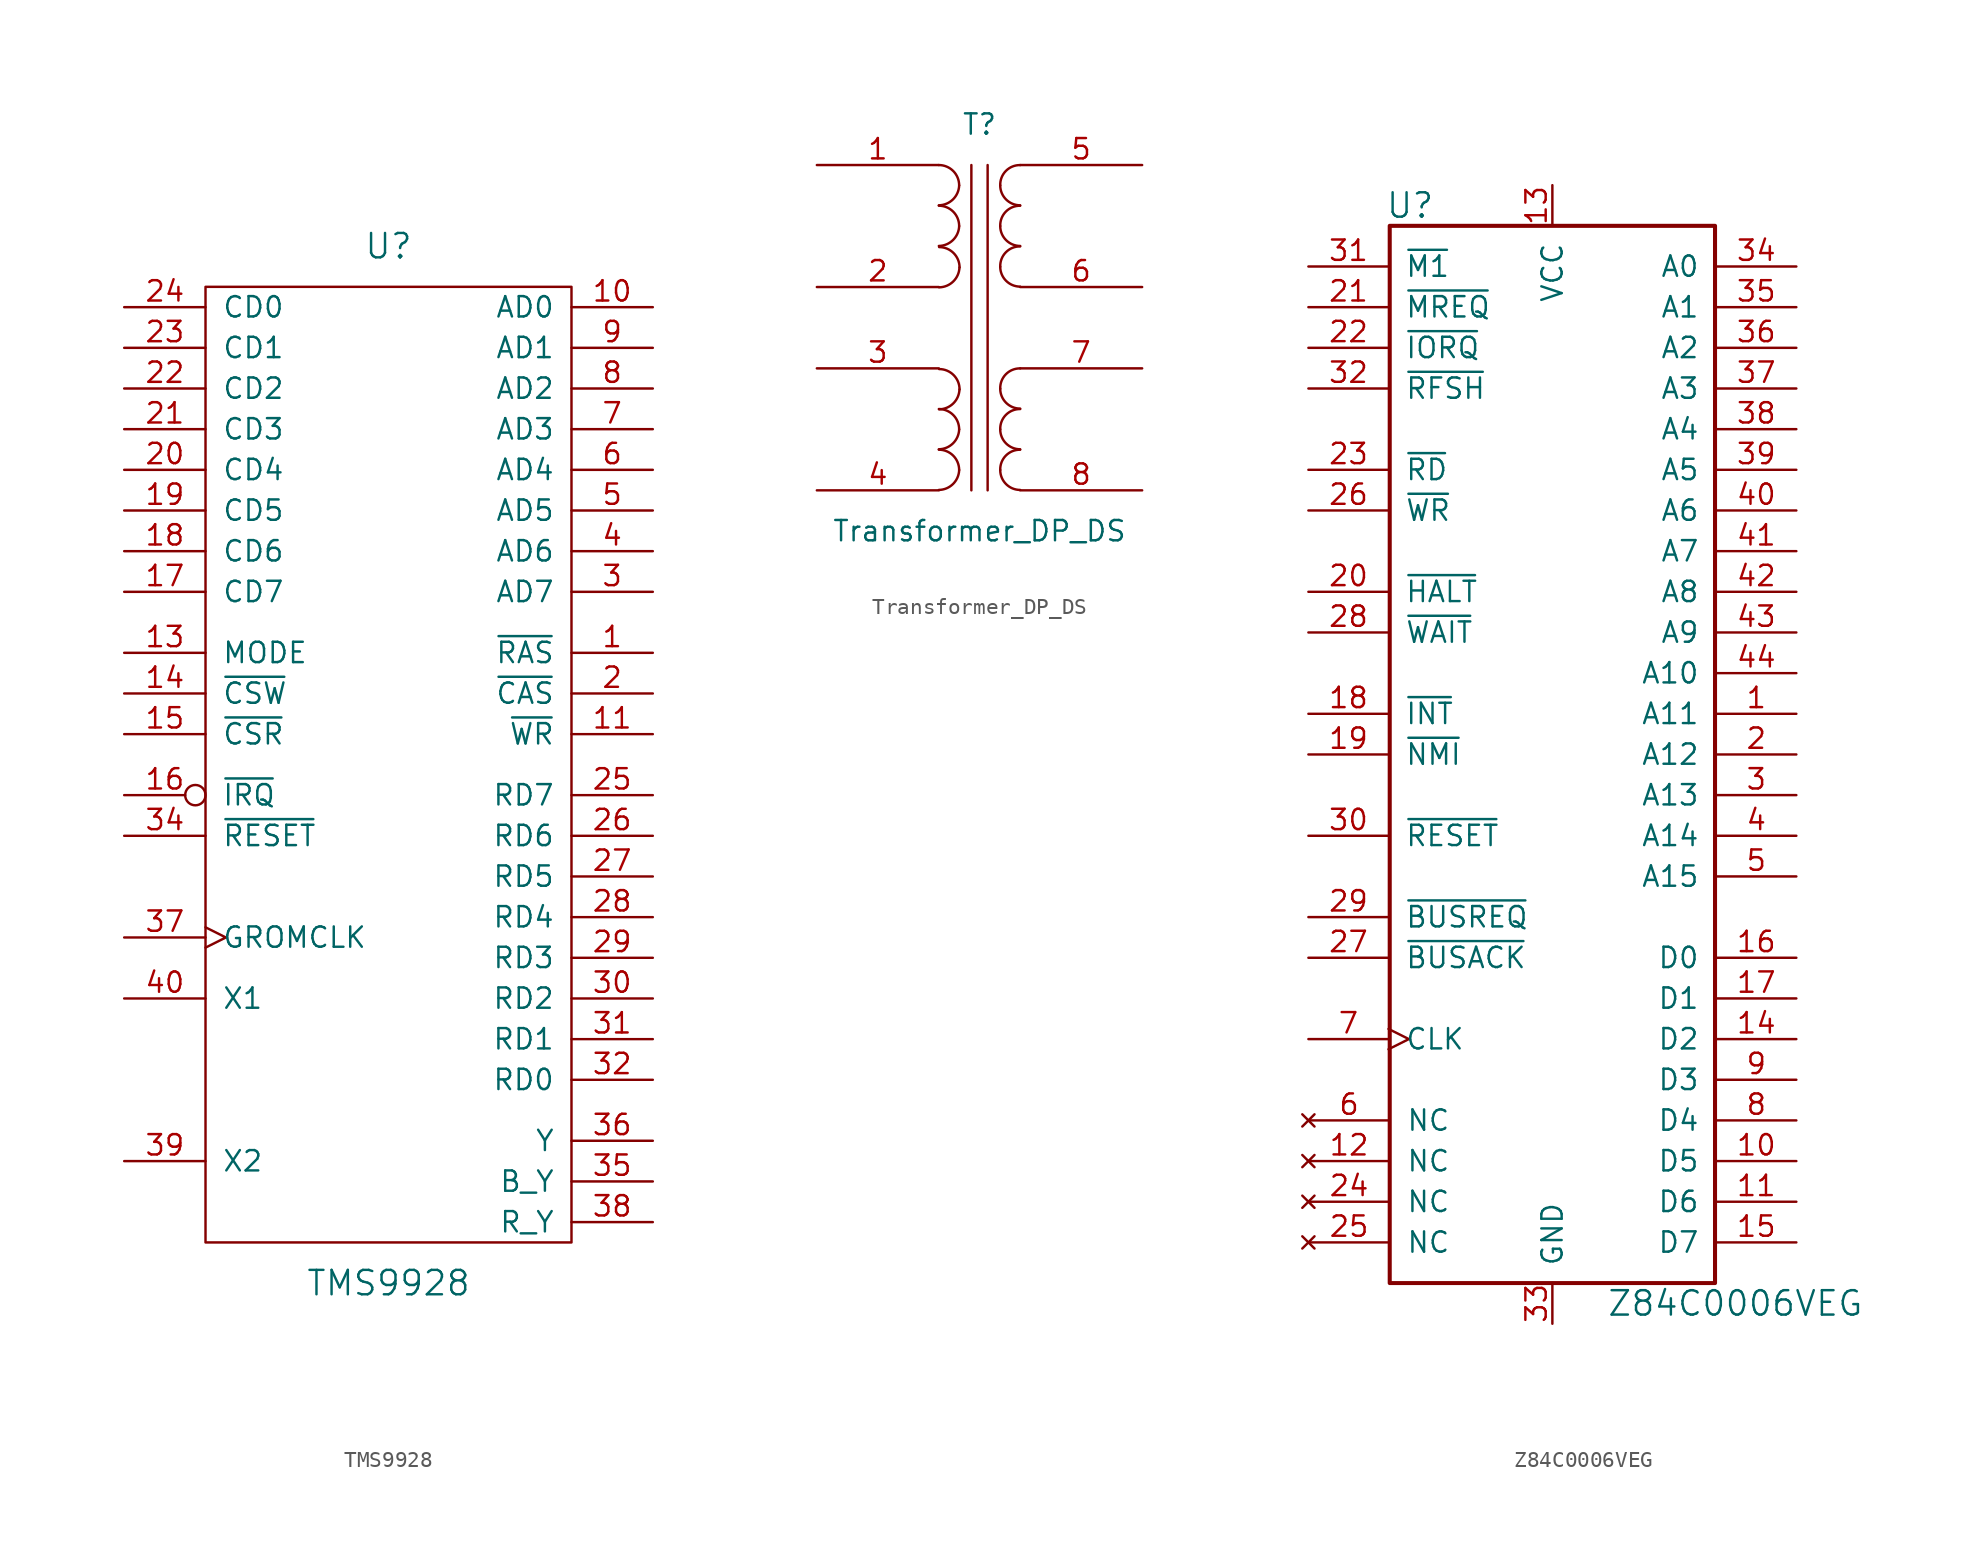
<source format=kicad_sym>
(kicad_symbol_lib
  (version 20211014)
  (generator kicad_symbol_editor)
  (symbol "TMS9928"
    (pin_names
      (offset 1.016))
    (property "Reference" "U"
      (at 0 35.56 0)
      (effects (font (size 1.524 1.524))))
    (property "Value" "TMS9928"
      (at 0 -29.21 0)
      (effects (font (size 1.524 1.524))))
    (symbol "TMS9928_0_1"
      (rectangle (start -11.43 33.02) (end 11.43 -26.67) (stroke (width 0) (type default) (color 0 0 0 0)) (fill (type none))))
    (symbol "TMS9928_1_1"
      (pin output line (at 16.51 10.16 180) (length 5.08) (name "~{RAS}" (effects (font (size 1.27 1.27)))) (number "1" (effects (font (size 1.27 1.27)))))
      (pin output line (at 16.51 31.75 180) (length 5.08) (name "AD0" (effects (font (size 1.27 1.27)))) (number "10" (effects (font (size 1.27 1.27)))))
      (pin output line (at 16.51 5.08 180) (length 5.08) (name "~{WR}" (effects (font (size 1.27 1.27)))) (number "11" (effects (font (size 1.27 1.27)))))
      (pin power_in line (at 0 -31.75 90) (length 5.08) hide (name "GND" (effects (font (size 1.27 1.27)))) (number "12" (effects (font (size 1.27 1.27)))))
      (pin input line (at -16.51 10.16 0) (length 5.08) (name "MODE" (effects (font (size 1.27 1.27)))) (number "13" (effects (font (size 1.27 1.27)))))
      (pin input line (at -16.51 7.62 0) (length 5.08) (name "~{CSW}" (effects (font (size 1.27 1.27)))) (number "14" (effects (font (size 1.27 1.27)))))
      (pin input line (at -16.51 5.08 0) (length 5.08) (name "~{CSR}" (effects (font (size 1.27 1.27)))) (number "15" (effects (font (size 1.27 1.27)))))
      (pin output inverted (at -16.51 1.27 0) (length 5.08) (name "~{IRQ}" (effects (font (size 1.27 1.27)))) (number "16" (effects (font (size 1.27 1.27)))))
      (pin input line (at -16.51 13.97 0) (length 5.08) (name "CD7" (effects (font (size 1.27 1.27)))) (number "17" (effects (font (size 1.27 1.27)))))
      (pin input line (at -16.51 16.51 0) (length 5.08) (name "CD6" (effects (font (size 1.27 1.27)))) (number "18" (effects (font (size 1.27 1.27)))))
      (pin input line (at -16.51 19.05 0) (length 5.08) (name "CD5" (effects (font (size 1.27 1.27)))) (number "19" (effects (font (size 1.27 1.27)))))
      (pin output line (at 16.51 7.62 180) (length 5.08) (name "~{CAS}" (effects (font (size 1.27 1.27)))) (number "2" (effects (font (size 1.27 1.27)))))
      (pin input line (at -16.51 21.59 0) (length 5.08) (name "CD4" (effects (font (size 1.27 1.27)))) (number "20" (effects (font (size 1.27 1.27)))))
      (pin input line (at -16.51 24.13 0) (length 5.08) (name "CD3" (effects (font (size 1.27 1.27)))) (number "21" (effects (font (size 1.27 1.27)))))
      (pin input line (at -16.51 26.67 0) (length 5.08) (name "CD2" (effects (font (size 1.27 1.27)))) (number "22" (effects (font (size 1.27 1.27)))))
      (pin input line (at -16.51 29.21 0) (length 5.08) (name "CD1" (effects (font (size 1.27 1.27)))) (number "23" (effects (font (size 1.27 1.27)))))
      (pin input line (at -16.51 31.75 0) (length 5.08) (name "CD0" (effects (font (size 1.27 1.27)))) (number "24" (effects (font (size 1.27 1.27)))))
      (pin input line (at 16.51 1.27 180) (length 5.08) (name "RD7" (effects (font (size 1.27 1.27)))) (number "25" (effects (font (size 1.27 1.27)))))
      (pin input line (at 16.51 -1.27 180) (length 5.08) (name "RD6" (effects (font (size 1.27 1.27)))) (number "26" (effects (font (size 1.27 1.27)))))
      (pin input line (at 16.51 -3.81 180) (length 5.08) (name "RD5" (effects (font (size 1.27 1.27)))) (number "27" (effects (font (size 1.27 1.27)))))
      (pin input line (at 16.51 -6.35 180) (length 5.08) (name "RD4" (effects (font (size 1.27 1.27)))) (number "28" (effects (font (size 1.27 1.27)))))
      (pin input line (at 16.51 -8.89 180) (length 5.08) (name "RD3" (effects (font (size 1.27 1.27)))) (number "29" (effects (font (size 1.27 1.27)))))
      (pin output line (at 16.51 13.97 180) (length 5.08) (name "AD7" (effects (font (size 1.27 1.27)))) (number "3" (effects (font (size 1.27 1.27)))))
      (pin input line (at 16.51 -11.43 180) (length 5.08) (name "RD2" (effects (font (size 1.27 1.27)))) (number "30" (effects (font (size 1.27 1.27)))))
      (pin input line (at 16.51 -13.97 180) (length 5.08) (name "RD1" (effects (font (size 1.27 1.27)))) (number "31" (effects (font (size 1.27 1.27)))))
      (pin input line (at 16.51 -16.51 180) (length 5.08) (name "RD0" (effects (font (size 1.27 1.27)))) (number "32" (effects (font (size 1.27 1.27)))))
      (pin power_in line (at 0 39.37 270) (length 5.08) hide (name "VCC" (effects (font (size 1.27 1.27)))) (number "33" (effects (font (size 1.27 1.27)))))
      (pin input line (at -16.51 -1.27 0) (length 5.08) (name "~{RESET}" (effects (font (size 1.27 1.27)))) (number "34" (effects (font (size 1.27 1.27)))))
      (pin output line (at 16.51 -22.86 180) (length 5.08) (name "B_Y" (effects (font (size 1.27 1.27)))) (number "35" (effects (font (size 1.27 1.27)))))
      (pin output line (at 16.51 -20.32 180) (length 5.08) (name "Y" (effects (font (size 1.27 1.27)))) (number "36" (effects (font (size 1.27 1.27)))))
      (pin output clock (at -16.51 -7.62 0) (length 5.08) (name "GROMCLK" (effects (font (size 1.27 1.27)))) (number "37" (effects (font (size 1.27 1.27)))))
      (pin output line (at 16.51 -25.4 180) (length 5.08) (name "R_Y" (effects (font (size 1.27 1.27)))) (number "38" (effects (font (size 1.27 1.27)))))
      (pin input line (at -16.51 -21.59 0) (length 5.08) (name "X2" (effects (font (size 1.27 1.27)))) (number "39" (effects (font (size 1.27 1.27)))))
      (pin output line (at 16.51 16.51 180) (length 5.08) (name "AD6" (effects (font (size 1.27 1.27)))) (number "4" (effects (font (size 1.27 1.27)))))
      (pin input line (at -16.51 -11.43 0) (length 5.08) (name "X1" (effects (font (size 1.27 1.27)))) (number "40" (effects (font (size 1.27 1.27)))))
      (pin output line (at 16.51 19.05 180) (length 5.08) (name "AD5" (effects (font (size 1.27 1.27)))) (number "5" (effects (font (size 1.27 1.27)))))
      (pin output line (at 16.51 21.59 180) (length 5.08) (name "AD4" (effects (font (size 1.27 1.27)))) (number "6" (effects (font (size 1.27 1.27)))))
      (pin output line (at 16.51 24.13 180) (length 5.08) (name "AD3" (effects (font (size 1.27 1.27)))) (number "7" (effects (font (size 1.27 1.27)))))
      (pin output line (at 16.51 26.67 180) (length 5.08) (name "AD2" (effects (font (size 1.27 1.27)))) (number "8" (effects (font (size 1.27 1.27)))))
      (pin output line (at 16.51 29.21 180) (length 5.08) (name "AD1" (effects (font (size 1.27 1.27)))) (number "9" (effects (font (size 1.27 1.27)))))))
  (symbol "Transformer_DP_DS"
    (pin_names
      (offset 1.016) hide)
    (property "Reference" "T"
      (at 0 12.7 0)
      (effects (font (size 1.27 1.27))))
    (property "Value" "Transformer_DP_DS"
      (at 0 -12.7 0)
      (effects (font (size 1.27 1.27))))
    (symbol "Transformer_DP_DS_0_1"
      (arc (start -2.54 -10.1346) (mid -1.6561 -9.7663) (end -1.27 -8.89) (stroke (width 0) (type default) (color 0 0 0 0)) (fill (type none)))
      (arc (start -2.54 -7.5946) (mid -1.6561 -7.2263) (end -1.27 -6.35) (stroke (width 0) (type default) (color 0 0 0 0)) (fill (type none)))
      (arc (start -2.54 5.1054) (mid -1.6561 5.4737) (end -1.27 6.35) (stroke (width 0) (type default) (color 0 0 0 0)) (fill (type none)))
      (arc (start -2.54 7.6454) (mid -1.6561 8.0137) (end -1.27 8.89) (stroke (width 0) (type default) (color 0 0 0 0)) (fill (type none)))
      (arc (start -2.5215 -5.0991) (mid -1.6376 -4.7308) (end -1.2515 -3.8545) (stroke (width 0) (type default) (color 0 0 0 0)) (fill (type none)))
      (arc (start -2.5215 2.5209) (mid -1.6376 2.8892) (end -1.2515 3.7655) (stroke (width 0) (type default) (color 0 0 0 0)) (fill (type none)))
      (arc (start -1.27 -8.89) (mid -1.642 -7.992) (end -2.54 -7.62) (stroke (width 0) (type default) (color 0 0 0 0)) (fill (type none)))
      (arc (start -1.27 -6.35) (mid -1.642 -5.452) (end -2.54 -5.08) (stroke (width 0) (type default) (color 0 0 0 0)) (fill (type none)))
      (arc (start -1.27 6.35) (mid -1.642 7.248) (end -2.54 7.62) (stroke (width 0) (type default) (color 0 0 0 0)) (fill (type none)))
      (arc (start -1.27 8.89) (mid -1.642 9.788) (end -2.54 10.16) (stroke (width 0) (type default) (color 0 0 0 0)) (fill (type none)))
      (arc (start -1.2515 -3.8545) (mid -1.6235 -2.9565) (end -2.5215 -2.5845) (stroke (width 0) (type default) (color 0 0 0 0)) (fill (type none)))
      (arc (start -1.2515 3.7655) (mid -1.6235 4.6635) (end -2.5215 5.0355) (stroke (width 0) (type default) (color 0 0 0 0)) (fill (type none)))
      (polyline (pts (xy -0.508 -10.16) (xy -0.508 10.16)) (stroke (width 0) (type default) (color 0 0 0 0)) (fill (type none)))
      (polyline (pts (xy 0.508 10.16) (xy 0.508 -10.16)) (stroke (width 0) (type default) (color 0 0 0 0)) (fill (type none)))
      (arc (start 1.2954 -8.89) (mid 1.6599 -9.7701) (end 2.54 -10.1346) (stroke (width 0) (type default) (color 0 0 0 0)) (fill (type none)))
      (arc (start 1.2954 -6.35) (mid 1.6599 -7.2301) (end 2.54 -7.5946) (stroke (width 0) (type default) (color 0 0 0 0)) (fill (type none)))
      (arc (start 1.2954 -3.81) (mid 1.6599 -4.6901) (end 2.54 -5.0546) (stroke (width 0) (type default) (color 0 0 0 0)) (fill (type none)))
      (arc (start 1.2954 3.81) (mid 1.6599 2.9299) (end 2.54 2.5654) (stroke (width 0) (type default) (color 0 0 0 0)) (fill (type none)))
      (arc (start 1.2954 6.35) (mid 1.6599 5.4699) (end 2.54 5.1054) (stroke (width 0) (type default) (color 0 0 0 0)) (fill (type none)))
      (arc (start 1.2954 8.89) (mid 1.6599 8.0099) (end 2.54 7.6454) (stroke (width 0) (type default) (color 0 0 0 0)) (fill (type none)))
      (arc (start 2.54 -7.62) (mid 1.642 -7.992) (end 1.2954 -8.89) (stroke (width 0) (type default) (color 0 0 0 0)) (fill (type none)))
      (arc (start 2.54 -5.08) (mid 1.642 -5.452) (end 1.2954 -6.35) (stroke (width 0) (type default) (color 0 0 0 0)) (fill (type none)))
      (arc (start 2.54 -2.54) (mid 1.642 -2.912) (end 1.2954 -3.81) (stroke (width 0) (type default) (color 0 0 0 0)) (fill (type none)))
      (arc (start 2.54 5.08) (mid 1.642 4.708) (end 1.2954 3.81) (stroke (width 0) (type default) (color 0 0 0 0)) (fill (type none)))
      (arc (start 2.54 7.62) (mid 1.642 7.248) (end 1.2954 6.35) (stroke (width 0) (type default) (color 0 0 0 0)) (fill (type none)))
      (arc (start 2.54 10.16) (mid 1.642 9.788) (end 1.2954 8.89) (stroke (width 0) (type default) (color 0 0 0 0)) (fill (type none))))
    (symbol "Transformer_DP_DS_1_1"
      (pin passive line (at -10.16 10.16 0) (length 7.62) (name "IN1A" (effects (font (size 1.27 1.27)))) (number "1" (effects (font (size 1.27 1.27)))))
      (pin passive line (at -10.16 2.54 0) (length 7.62) (name "IN1B" (effects (font (size 1.27 1.27)))) (number "2" (effects (font (size 1.27 1.27)))))
      (pin passive line (at -10.16 -2.54 0) (length 7.62) (name "IN2A" (effects (font (size 1.27 1.27)))) (number "3" (effects (font (size 1.27 1.27)))))
      (pin passive line (at -10.16 -10.16 0) (length 7.62) (name "IN2B" (effects (font (size 1.27 1.27)))) (number "4" (effects (font (size 1.27 1.27)))))
      (pin passive line (at 10.16 10.16 180) (length 7.62) (name "OUT1A" (effects (font (size 1.27 1.27)))) (number "5" (effects (font (size 1.27 1.27)))))
      (pin passive line (at 10.16 2.54 180) (length 7.62) (name "OUT1B" (effects (font (size 1.27 1.27)))) (number "6" (effects (font (size 1.27 1.27)))))
      (pin passive line (at 10.16 -2.54 180) (length 7.62) (name "OUT2A" (effects (font (size 1.27 1.27)))) (number "7" (effects (font (size 1.27 1.27)))))
      (pin passive line (at 10.16 -10.16 180) (length 7.62) (name "OUT2B" (effects (font (size 1.27 1.27)))) (number "8" (effects (font (size 1.27 1.27)))))))
  (symbol "Z84C0006VEG"
    (pin_names
      (offset 1.016))
    (property "Reference" "U"
      (at -8.89 34.29 0)
      (effects (font (size 1.524 1.524))))
    (property "Value" "Z84C0006VEG"
      (at 11.43 -34.29 0)
      (effects (font (size 1.524 1.524))))
    (symbol "Z84C0006VEG_0_1"
      (rectangle (start 10.16 33.02) (end -10.16 -33.02) (stroke (width 0.254) (type default) (color 0 0 0 0)) (fill (type none))))
    (symbol "Z84C0006VEG_1_1"
      (pin output line (at 15.24 2.54 180) (length 5.004) (name "A11" (effects (font (size 1.27 1.27)))) (number "1" (effects (font (size 1.27 1.27)))))
      (pin bidirectional line (at 15.24 -25.4 180) (length 5.004) (name "D5" (effects (font (size 1.27 1.27)))) (number "10" (effects (font (size 1.27 1.27)))))
      (pin bidirectional line (at 15.24 -27.94 180) (length 5.004) (name "D6" (effects (font (size 1.27 1.27)))) (number "11" (effects (font (size 1.27 1.27)))))
      (pin no_connect line (at -15.24 -25.4 0) (length 5.08) (name "NC" (effects (font (size 1.27 1.27)))) (number "12" (effects (font (size 1.27 1.27)))))
      (pin power_in line (at 0 35.56 270) (length 2.54) (name "VCC" (effects (font (size 1.27 1.27)))) (number "13" (effects (font (size 1.27 1.27)))))
      (pin bidirectional line (at 15.24 -17.78 180) (length 5.004) (name "D2" (effects (font (size 1.27 1.27)))) (number "14" (effects (font (size 1.27 1.27)))))
      (pin bidirectional line (at 15.24 -30.48 180) (length 5.004) (name "D7" (effects (font (size 1.27 1.27)))) (number "15" (effects (font (size 1.27 1.27)))))
      (pin bidirectional line (at 15.24 -12.7 180) (length 5.004) (name "D0" (effects (font (size 1.27 1.27)))) (number "16" (effects (font (size 1.27 1.27)))))
      (pin bidirectional line (at 15.24 -15.24 180) (length 5.004) (name "D1" (effects (font (size 1.27 1.27)))) (number "17" (effects (font (size 1.27 1.27)))))
      (pin input line (at -15.24 2.54 0) (length 5.004) (name "~{INT}" (effects (font (size 1.27 1.27)))) (number "18" (effects (font (size 1.27 1.27)))))
      (pin input line (at -15.24 0 0) (length 5.004) (name "~{NMI}" (effects (font (size 1.27 1.27)))) (number "19" (effects (font (size 1.27 1.27)))))
      (pin output line (at 15.24 0 180) (length 5.004) (name "A12" (effects (font (size 1.27 1.27)))) (number "2" (effects (font (size 1.27 1.27)))))
      (pin output line (at -15.24 10.16 0) (length 5.004) (name "~{HALT}" (effects (font (size 1.27 1.27)))) (number "20" (effects (font (size 1.27 1.27)))))
      (pin output line (at -15.24 27.94 0) (length 5.004) (name "~{MREQ}" (effects (font (size 1.27 1.27)))) (number "21" (effects (font (size 1.27 1.27)))))
      (pin output line (at -15.24 25.4 0) (length 5.004) (name "~{IORQ}" (effects (font (size 1.27 1.27)))) (number "22" (effects (font (size 1.27 1.27)))))
      (pin output line (at -15.24 17.78 0) (length 5.004) (name "~{RD}" (effects (font (size 1.27 1.27)))) (number "23" (effects (font (size 1.27 1.27)))))
      (pin no_connect line (at -15.24 -27.94 0) (length 5.08) (name "NC" (effects (font (size 1.27 1.27)))) (number "24" (effects (font (size 1.27 1.27)))))
      (pin no_connect line (at -15.24 -30.48 0) (length 5.08) (name "NC" (effects (font (size 1.27 1.27)))) (number "25" (effects (font (size 1.27 1.27)))))
      (pin output line (at -15.24 15.24 0) (length 5.004) (name "~{WR}" (effects (font (size 1.27 1.27)))) (number "26" (effects (font (size 1.27 1.27)))))
      (pin output line (at -15.24 -12.7 0) (length 5.004) (name "~{BUSACK}" (effects (font (size 1.27 1.27)))) (number "27" (effects (font (size 1.27 1.27)))))
      (pin input line (at -15.24 7.62 0) (length 5.004) (name "~{WAIT}" (effects (font (size 1.27 1.27)))) (number "28" (effects (font (size 1.27 1.27)))))
      (pin input line (at -15.24 -10.16 0) (length 5.004) (name "~{BUSREQ}" (effects (font (size 1.27 1.27)))) (number "29" (effects (font (size 1.27 1.27)))))
      (pin output line (at 15.24 -2.54 180) (length 5.004) (name "A13" (effects (font (size 1.27 1.27)))) (number "3" (effects (font (size 1.27 1.27)))))
      (pin input line (at -15.24 -5.08 0) (length 5.004) (name "~{RESET}" (effects (font (size 1.27 1.27)))) (number "30" (effects (font (size 1.27 1.27)))))
      (pin output line (at -15.24 30.48 0) (length 5.004) (name "~{M1}" (effects (font (size 1.27 1.27)))) (number "31" (effects (font (size 1.27 1.27)))))
      (pin output line (at -15.24 22.86 0) (length 5.004) (name "~{RFSH}" (effects (font (size 1.27 1.27)))) (number "32" (effects (font (size 1.27 1.27)))))
      (pin power_in line (at 0 -35.56 90) (length 2.54) (name "GND" (effects (font (size 1.27 1.27)))) (number "33" (effects (font (size 1.27 1.27)))))
      (pin output line (at 15.24 30.48 180) (length 5.004) (name "A0" (effects (font (size 1.27 1.27)))) (number "34" (effects (font (size 1.27 1.27)))))
      (pin output line (at 15.24 27.94 180) (length 5.004) (name "A1" (effects (font (size 1.27 1.27)))) (number "35" (effects (font (size 1.27 1.27)))))
      (pin output line (at 15.24 25.4 180) (length 5.004) (name "A2" (effects (font (size 1.27 1.27)))) (number "36" (effects (font (size 1.27 1.27)))))
      (pin output line (at 15.24 22.86 180) (length 5.004) (name "A3" (effects (font (size 1.27 1.27)))) (number "37" (effects (font (size 1.27 1.27)))))
      (pin output line (at 15.24 20.32 180) (length 5.004) (name "A4" (effects (font (size 1.27 1.27)))) (number "38" (effects (font (size 1.27 1.27)))))
      (pin output line (at 15.24 17.78 180) (length 5.004) (name "A5" (effects (font (size 1.27 1.27)))) (number "39" (effects (font (size 1.27 1.27)))))
      (pin output line (at 15.24 -5.08 180) (length 5.004) (name "A14" (effects (font (size 1.27 1.27)))) (number "4" (effects (font (size 1.27 1.27)))))
      (pin output line (at 15.24 15.24 180) (length 5.004) (name "A6" (effects (font (size 1.27 1.27)))) (number "40" (effects (font (size 1.27 1.27)))))
      (pin output line (at 15.24 12.7 180) (length 5.004) (name "A7" (effects (font (size 1.27 1.27)))) (number "41" (effects (font (size 1.27 1.27)))))
      (pin output line (at 15.24 10.16 180) (length 5.004) (name "A8" (effects (font (size 1.27 1.27)))) (number "42" (effects (font (size 1.27 1.27)))))
      (pin output line (at 15.24 7.62 180) (length 5.004) (name "A9" (effects (font (size 1.27 1.27)))) (number "43" (effects (font (size 1.27 1.27)))))
      (pin output line (at 15.24 5.08 180) (length 5.004) (name "A10" (effects (font (size 1.27 1.27)))) (number "44" (effects (font (size 1.27 1.27)))))
      (pin output line (at 15.24 -7.62 180) (length 5.004) (name "A15" (effects (font (size 1.27 1.27)))) (number "5" (effects (font (size 1.27 1.27)))))
      (pin no_connect line (at -15.24 -22.86 0) (length 5.08) (name "NC" (effects (font (size 1.27 1.27)))) (number "6" (effects (font (size 1.27 1.27)))))
      (pin input clock (at -15.24 -17.78 0) (length 5.004) (name "CLK" (effects (font (size 1.27 1.27)))) (number "7" (effects (font (size 1.27 1.27)))))
      (pin bidirectional line (at 15.24 -22.86 180) (length 5.004) (name "D4" (effects (font (size 1.27 1.27)))) (number "8" (effects (font (size 1.27 1.27)))))
      (pin bidirectional line (at 15.24 -20.32 180) (length 5.004) (name "D3" (effects (font (size 1.27 1.27)))) (number "9" (effects (font (size 1.27 1.27))))))))
</source>
